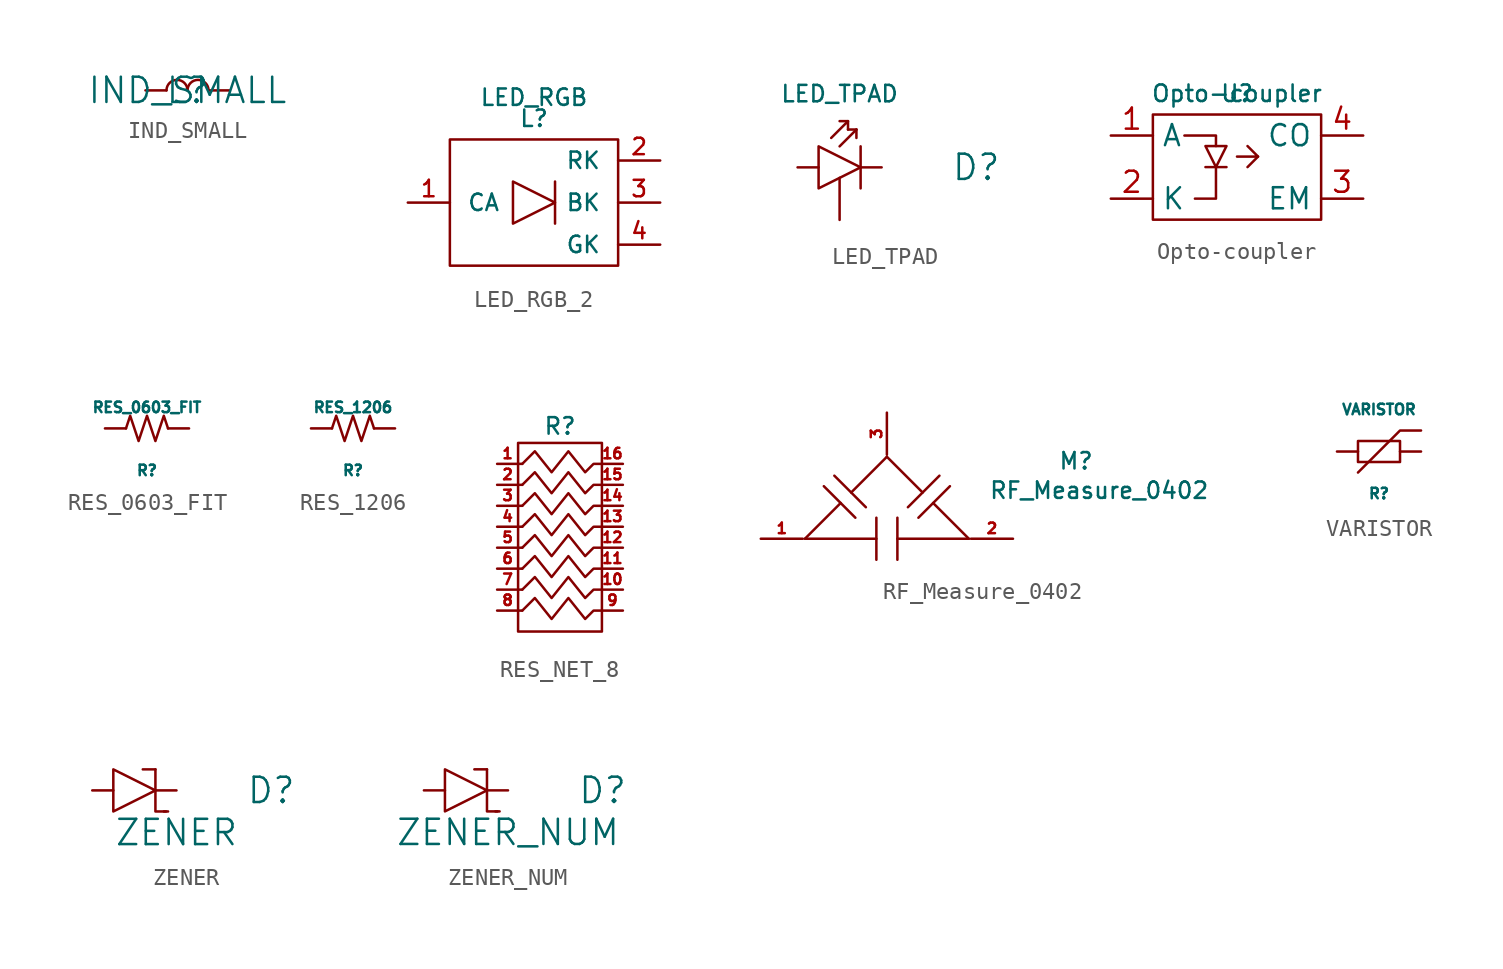
<source format=kicad_sym>
(kicad_symbol_lib
  (version 20241209)
  (generator "kicad_symbol_editor")
  (generator_version "9.0")
  (symbol "IND_SMALL"
    (pin_numbers
      (hide yes))
    (pin_names
      (offset 0)
      (hide yes))
    (property "Reference" "L"
      (at 0 0 0)
      (effects (font (size 1.524 1.524))))
    (property "Value" "IND_SMALL"
      (at 0 0 0)
      (effects (font (size 1.524 1.524))))
    (property "Footprint" ""
      (at 0 0 0)
      (effects (font (size 1.524 1.524))))
    (property "Datasheet" ""
      (at 0 0 0)
      (effects (font (size 1.524 1.524))))
    (symbol "IND_SMALL_0_1"
      (arc (start -1.27 0) (mid -0.635 0.6323) (end 0 0) (stroke (width 0) (type default)) (fill (type none)))
      (arc (start 0 0) (mid 0.635 0.6323) (end 1.27 0) (stroke (width 0) (type default)) (fill (type none))))
    (symbol "IND_SMALL_1_1"
      (pin passive line (at -2.54 0 0) (length 1.27) (name "~" (effects (font (size 0.635 0.635)))) (number "1" (effects (font (size 0.635 0.635)))))
      (pin passive line (at 2.54 0 180) (length 1.27) (name "~" (effects (font (size 0.635 0.635)))) (number "2" (effects (font (size 0.635 0.635)))))))
  (symbol "LED_RGB_2"
    (pin_names
      (offset 1.016))
    (property "Reference" "L"
      (at 0 5.08 0)
      (effects (font (size 0.991 0.991))))
    (property "Value" "LED_RGB"
      (at 0 6.35 0)
      (effects (font (size 0.991 0.991))))
    (symbol "LED_RGB_2_0_1"
      (rectangle (start -5.08 3.81) (end 5.08 -3.81) (stroke (width 0) (type default)) (fill (type none)))
      (polyline (pts (xy -1.27 1.27) (xy -1.27 -1.27) (xy 1.27 0) (xy -1.27 1.27)) (stroke (width 0) (type default)) (fill (type none)))
      (polyline (pts (xy 1.27 1.27) (xy 1.27 -1.27)) (stroke (width 0) (type default)) (fill (type none))))
    (symbol "LED_RGB_2_1_1"
      (pin input line (at -7.62 0 0) (length 2.54) (name "CA" (effects (font (size 0.991 0.991)))) (number "1" (effects (font (size 0.991 0.991)))))
      (pin input line (at 7.62 2.54 180) (length 2.54) (name "RK" (effects (font (size 0.991 0.991)))) (number "2" (effects (font (size 0.991 0.991)))))
      (pin input line (at 7.62 0 180) (length 2.54) (name "BK" (effects (font (size 0.991 0.991)))) (number "3" (effects (font (size 0.991 0.991)))))
      (pin input line (at 7.62 -2.54 180) (length 2.54) (name "GK" (effects (font (size 0.991 0.991)))) (number "4" (effects (font (size 0.991 0.991)))))))
  (symbol "LED_TPAD"
    (pin_numbers
      (hide yes))
    (pin_names
      (offset 0)
      (hide yes))
    (property "Reference" "D"
      (at 8.255 0 0)
      (effects (font (size 1.524 1.524))))
    (property "Value" "LED_TPAD"
      (at 0 4.445 0)
      (effects (font (size 0.991 0.991))))
    (property "Footprint" ""
      (at 0 0 0)
      (effects (font (size 1.524 1.524))))
    (property "Datasheet" ""
      (at 0 0 0)
      (effects (font (size 1.524 1.524))))
    (symbol "LED_TPAD_0_1"
      (polyline (pts (xy -1.27 0) (xy -1.27 1.27) (xy 1.27 0) (xy -1.27 -1.27) (xy -1.27 0)) (stroke (width 0) (type default)) (fill (type none)))
      (polyline (pts (xy -0.508 1.778) (xy 0.508 2.794) (xy 0.508 2.286)) (stroke (width 0) (type default)) (fill (type none)))
      (polyline (pts (xy 0 1.27) (xy 1.016 2.286)) (stroke (width 0) (type default)) (fill (type none)))
      (polyline (pts (xy 0.508 2.794) (xy 0 2.794)) (stroke (width 0) (type default)) (fill (type none)))
      (polyline (pts (xy 1.016 2.286) (xy 0.508 2.286)) (stroke (width 0) (type default)) (fill (type none)))
      (polyline (pts (xy 1.016 2.286) (xy 1.016 1.778)) (stroke (width 0) (type default)) (fill (type none)))
      (polyline (pts (xy 1.27 0) (xy 1.27 1.27)) (stroke (width 0) (type default)) (fill (type none)))
      (polyline (pts (xy 1.27 0) (xy 1.27 -1.27)) (stroke (width 0) (type default)) (fill (type none))))
    (symbol "LED_TPAD_1_1"
      (pin input line (at -2.54 0 0) (length 1.27) (name "A" (effects (font (size 0.635 0.635)))) (number "A" (effects (font (size 0.635 0.635)))))
      (pin passive line (at 0 -3.175 90) (length 2.54) (name "PAD" (effects (font (size 1.27 1.27)))) (number "N" (effects (font (size 1.27 1.27)))))
      (pin input line (at 2.54 0 180) (length 1.27) (name "K" (effects (font (size 0.635 0.635)))) (number "K" (effects (font (size 0.635 0.635)))))))
  (symbol "Opto-coupler"
    (property "Reference" "U"
      (at 0 4.445 0)
      (effects (font (size 1 1))))
    (property "Value" "Opto-coupler"
      (at 0 4.445 0)
      (effects (font (size 1 1))))
    (symbol "Opto-coupler_0_1"
      (rectangle (start -5.08 3.175) (end 5.08 -3.175) (stroke (width 0.152) (type default)) (fill (type none)))
      (polyline (pts (xy -3.175 1.905) (xy -1.27 1.905) (xy -1.27 1.27)) (stroke (width 0.152) (type default)) (fill (type none)))
      (polyline (pts (xy -1.905 1.27) (xy -0.635 1.27) (xy -1.27 0) (xy -1.905 1.27)) (stroke (width 0.152) (type default)) (fill (type none)))
      (polyline (pts (xy -1.905 0) (xy -0.635 0)) (stroke (width 0.152) (type default)) (fill (type none)))
      (polyline (pts (xy -1.27 0) (xy -1.27 -1.905) (xy -2.54 -1.905)) (stroke (width 0.152) (type default)) (fill (type none)))
      (polyline (pts (xy 0 0.635) (xy 1.27 0.635) (xy 0.635 1.27)) (stroke (width 0.152) (type default)) (fill (type none)))
      (polyline (pts (xy 0.635 0) (xy 1.27 0.635)) (stroke (width 0.152) (type default)) (fill (type none))))
    (symbol "Opto-coupler_1_1"
      (pin input line (at -7.62 1.905 0) (length 2.54) (name "A" (effects (font (size 1.27 1.27)))) (number "1" (effects (font (size 1.27 1.27)))))
      (pin input line (at -7.62 -1.905 0) (length 2.54) (name "K" (effects (font (size 1.27 1.27)))) (number "2" (effects (font (size 1.27 1.27)))))
      (pin input line (at 7.62 1.905 180) (length 2.54) (name "CO" (effects (font (size 1.27 1.27)))) (number "4" (effects (font (size 1.27 1.27)))))
      (pin input line (at 7.62 -1.905 180) (length 2.54) (name "EM" (effects (font (size 1.27 1.27)))) (number "3" (effects (font (size 1.27 1.27)))))))
  (symbol "RES_0603_FIT"
    (pin_numbers
      (hide yes))
    (pin_names
      (offset 0)
      (hide yes))
    (property "Reference" "R"
      (at 0 -2.54 0)
      (effects (font (size 0.635 0.635))))
    (property "Value" "RES_0603_FIT"
      (at 0 1.27 0)
      (effects (font (size 0.635 0.635))))
    (property "Datasheet" ""
      (at 0 0 0)
      (effects (font (size 1.524 1.524))))
    (symbol "RES_0603_FIT_0_1"
      (polyline (pts (xy -1.27 0) (xy -1.016 0.762) (xy -0.508 -0.762) (xy 0 0.762) (xy 0.508 -0.762) (xy 1.016 0.762) (xy 1.27 0)) (stroke (width 0) (type default)) (fill (type none))))
    (symbol "RES_0603_FIT_1_1"
      (pin input line (at -2.54 0 0) (length 1.27) (name "1" (effects (font (size 1.27 1.27)))) (number "1" (effects (font (size 1.27 1.27)))))
      (pin input line (at 2.54 0 180) (length 1.27) (name "2" (effects (font (size 1.27 1.27)))) (number "2" (effects (font (size 1.27 1.27)))))))
  (symbol "RES_1206"
    (pin_numbers
      (hide yes))
    (pin_names
      (offset 0)
      (hide yes))
    (property "Reference" "R"
      (at 0 -2.54 0)
      (effects (font (size 0.635 0.635))))
    (property "Value" "RES_1206"
      (at 0 1.27 0)
      (effects (font (size 0.635 0.635))))
    (property "Datasheet" ""
      (at 0 0 0)
      (effects (font (size 1.524 1.524))))
    (symbol "RES_1206_0_1"
      (polyline (pts (xy -1.27 0) (xy -1.016 0.762) (xy -0.508 -0.762) (xy 0 0.762) (xy 0.508 -0.762) (xy 1.016 0.762) (xy 1.27 0)) (stroke (width 0) (type default)) (fill (type none))))
    (symbol "RES_1206_1_1"
      (pin input line (at -2.54 0 0) (length 1.27) (name "1" (effects (font (size 1.27 1.27)))) (number "1" (effects (font (size 1.27 1.27)))))
      (pin input line (at 2.54 0 180) (length 1.27) (name "2" (effects (font (size 1.27 1.27)))) (number "2" (effects (font (size 1.27 1.27)))))))
  (symbol "RES_NET_8"
    (pin_names
      (offset 0)
      (hide yes))
    (property "Reference" "R"
      (at 0 6.096 0)
      (effects (font (size 1 1))))
    (property "Value" ""
      (at 0 0 0)
      (effects (font (size 1.27 1.27))))
    (symbol "RES_NET_8_0_1"
      (rectangle (start -2.54 5.08) (end 2.54 -6.35) (stroke (width 0) (type default)) (fill (type none)))
      (polyline (pts (xy -2.286 3.81) (xy -2.54 3.81)) (stroke (width 0) (type default)) (fill (type none)))
      (polyline (pts (xy -2.286 3.81) (xy -1.524 4.572) (xy -0.508 3.302) (xy 0.508 4.572) (xy 1.524 3.302) (xy 2.032 3.81) (xy 2.54 3.81)) (stroke (width 0) (type default)) (fill (type none)))
      (polyline (pts (xy -2.286 2.54) (xy -2.54 2.54)) (stroke (width 0) (type default)) (fill (type none)))
      (polyline (pts (xy -2.286 2.54) (xy -1.524 3.302) (xy -0.508 2.032) (xy 0.508 3.302) (xy 1.524 2.032) (xy 2.032 2.54) (xy 2.54 2.54)) (stroke (width 0) (type default)) (fill (type none)))
      (polyline (pts (xy -2.286 1.27) (xy -2.54 1.27)) (stroke (width 0) (type default)) (fill (type none)))
      (polyline (pts (xy -2.286 1.27) (xy -1.524 2.032) (xy -0.508 0.762) (xy 0.508 2.032) (xy 1.524 0.762) (xy 2.032 1.27) (xy 2.54 1.27)) (stroke (width 0) (type default)) (fill (type none)))
      (polyline (pts (xy -2.286 0) (xy -2.54 0)) (stroke (width 0) (type default)) (fill (type none)))
      (polyline (pts (xy -2.286 0) (xy -1.524 0.762) (xy -0.508 -0.508) (xy 0.508 0.762) (xy 1.524 -0.508) (xy 2.032 0) (xy 2.54 0)) (stroke (width 0) (type default)) (fill (type none)))
      (polyline (pts (xy -2.286 -1.27) (xy -2.54 -1.27)) (stroke (width 0) (type default)) (fill (type none)))
      (polyline (pts (xy -2.286 -1.27) (xy -1.524 -0.508) (xy -0.508 -1.778) (xy 0.508 -0.508) (xy 1.524 -1.778) (xy 2.032 -1.27) (xy 2.54 -1.27)) (stroke (width 0) (type default)) (fill (type none)))
      (polyline (pts (xy -2.286 -2.54) (xy -2.54 -2.54)) (stroke (width 0) (type default)) (fill (type none)))
      (polyline (pts (xy -2.286 -2.54) (xy -1.524 -1.778) (xy -0.508 -3.048) (xy 0.508 -1.778) (xy 1.524 -3.048) (xy 2.032 -2.54) (xy 2.54 -2.54)) (stroke (width 0) (type default)) (fill (type none)))
      (polyline (pts (xy -2.286 -3.81) (xy -2.54 -3.81)) (stroke (width 0) (type default)) (fill (type none)))
      (polyline (pts (xy -2.286 -3.81) (xy -1.524 -3.048) (xy -0.508 -4.318) (xy 0.508 -3.048) (xy 1.524 -4.318) (xy 2.032 -3.81) (xy 2.54 -3.81)) (stroke (width 0) (type default)) (fill (type none)))
      (polyline (pts (xy -2.286 -5.08) (xy -2.54 -5.08)) (stroke (width 0) (type default)) (fill (type none)))
      (polyline (pts (xy -2.286 -5.08) (xy -1.524 -4.318) (xy -0.508 -5.588) (xy 0.508 -4.318) (xy 1.524 -5.588) (xy 2.032 -5.08) (xy 2.54 -5.08)) (stroke (width 0) (type default)) (fill (type none))))
    (symbol "RES_NET_8_1_1"
      (pin passive line (at -3.81 3.81 0) (length 1.27) (name "1" (effects (font (size 0.635 0.635)))) (number "1" (effects (font (size 0.635 0.635)))))
      (pin passive line (at -3.81 2.54 0) (length 1.27) (name "2" (effects (font (size 0.635 0.635)))) (number "2" (effects (font (size 0.635 0.635)))))
      (pin passive line (at -3.81 1.27 0) (length 1.27) (name "3" (effects (font (size 0.635 0.635)))) (number "3" (effects (font (size 0.635 0.635)))))
      (pin passive line (at -3.81 0 0) (length 1.27) (name "4" (effects (font (size 0.635 0.635)))) (number "4" (effects (font (size 0.635 0.635)))))
      (pin passive line (at -3.81 -1.27 0) (length 1.27) (name "5" (effects (font (size 0.635 0.635)))) (number "5" (effects (font (size 0.635 0.635)))))
      (pin passive line (at -3.81 -2.54 0) (length 1.27) (name "6" (effects (font (size 0.635 0.635)))) (number "6" (effects (font (size 0.635 0.635)))))
      (pin passive line (at -3.81 -3.81 0) (length 1.27) (name "7" (effects (font (size 0.635 0.635)))) (number "7" (effects (font (size 0.635 0.635)))))
      (pin passive line (at -3.81 -5.08 0) (length 1.27) (name "8" (effects (font (size 0.635 0.635)))) (number "8" (effects (font (size 0.635 0.635)))))
      (pin passive line (at 3.81 3.81 180) (length 1.27) (name "16" (effects (font (size 0.635 0.635)))) (number "16" (effects (font (size 0.635 0.635)))))
      (pin passive line (at 3.81 2.54 180) (length 1.27) (name "15" (effects (font (size 0.635 0.635)))) (number "15" (effects (font (size 0.635 0.635)))))
      (pin passive line (at 3.81 1.27 180) (length 1.27) (name "14" (effects (font (size 0.635 0.635)))) (number "14" (effects (font (size 0.635 0.635)))))
      (pin passive line (at 3.81 0 180) (length 1.27) (name "13" (effects (font (size 0.635 0.635)))) (number "13" (effects (font (size 0.635 0.635)))))
      (pin passive line (at 3.81 -1.27 180) (length 1.27) (name "12" (effects (font (size 0.635 0.635)))) (number "12" (effects (font (size 0.635 0.635)))))
      (pin passive line (at 3.81 -2.54 180) (length 1.27) (name "11" (effects (font (size 0.635 0.635)))) (number "11" (effects (font (size 0.635 0.635)))))
      (pin passive line (at 3.81 -3.81 180) (length 1.27) (name "10" (effects (font (size 0.635 0.635)))) (number "10" (effects (font (size 0.635 0.635)))))
      (pin passive line (at 3.81 -5.08 180) (length 1.27) (name "9" (effects (font (size 0.635 0.635)))) (number "9" (effects (font (size 0.635 0.635)))))))
  (symbol "RF_Measure_0402"
    (pin_names
      (offset 1.016)
      (hide yes))
    (property "Reference" "M"
      (at 11.43 4.699 0)
      (effects (font (size 0.991 0.991))))
    (property "Value" "RF_Measure_0402"
      (at 12.827 2.921 0)
      (effects (font (size 0.991 0.991))))
    (symbol "RF_Measure_0402_0_1"
      (polyline (pts (xy -4.953 0) (xy -0.635 0)) (stroke (width 0) (type default)) (fill (type none)))
      (polyline (pts (xy -2.794 2.159) (xy -4.953 0)) (stroke (width 0) (type default)) (fill (type none)))
      (polyline (pts (xy -2.159 2.794) (xy 0 4.953)) (stroke (width 0) (type default)) (fill (type none)))
      (polyline (pts (xy -1.905 1.27) (xy -3.81 3.175)) (stroke (width 0) (type default)) (fill (type none)))
      (polyline (pts (xy -1.27 1.905) (xy -3.175 3.81)) (stroke (width 0) (type default)) (fill (type none)))
      (polyline (pts (xy -0.635 1.27) (xy -0.635 -1.27)) (stroke (width 0) (type default)) (fill (type none)))
      (polyline (pts (xy 0 4.953) (xy 2.159 2.794)) (stroke (width 0) (type default)) (fill (type none)))
      (polyline (pts (xy 0.635 1.27) (xy 0.635 -1.27)) (stroke (width 0) (type default)) (fill (type none)))
      (polyline (pts (xy 0.635 0) (xy 4.953 0)) (stroke (width 0) (type default)) (fill (type none)))
      (polyline (pts (xy 1.27 1.905) (xy 3.175 3.81)) (stroke (width 0) (type default)) (fill (type none)))
      (polyline (pts (xy 1.905 1.27) (xy 3.81 3.175)) (stroke (width 0) (type default)) (fill (type none)))
      (polyline (pts (xy 2.794 2.159) (xy 4.953 0)) (stroke (width 0) (type default)) (fill (type none))))
    (symbol "RF_Measure_0402_1_1"
      (pin passive line (at -7.62 0 0) (length 2.54) (name "1" (effects (font (size 0.635 0.635)))) (number "1" (effects (font (size 0.635 0.635)))))
      (pin passive line (at 0 7.62 270) (length 2.54) (name "3" (effects (font (size 0.635 0.635)))) (number "3" (effects (font (size 0.635 0.635)))))
      (pin passive line (at 7.62 0 180) (length 2.54) (name "2" (effects (font (size 0.635 0.635)))) (number "2" (effects (font (size 0.635 0.635)))))))
  (symbol "VARISTOR"
    (pin_numbers
      (hide yes))
    (pin_names
      (offset 0)
      (hide yes))
    (property "Reference" "R"
      (at 0 -2.54 0)
      (effects (font (size 0.635 0.635))))
    (property "Value" "VARISTOR"
      (at 0 2.54 0)
      (effects (font (size 0.635 0.635))))
    (property "Datasheet" ""
      (at 0 0 0)
      (effects (font (size 1.524 1.524))))
    (symbol "VARISTOR_0_1"
      (rectangle (start -1.27 0.635) (end 1.27 -0.635) (stroke (width 0) (type default)) (fill (type none)))
      (polyline (pts (xy -1.27 -1.27) (xy 1.27 1.27) (xy 2.54 1.27)) (stroke (width 0) (type default)) (fill (type none))))
    (symbol "VARISTOR_1_1"
      (pin input line (at -2.54 0 0) (length 1.27) (name "1" (effects (font (size 1.27 1.27)))) (number "1" (effects (font (size 1.27 1.27)))))
      (pin input line (at 2.54 0 180) (length 1.27) (name "2" (effects (font (size 1.27 1.27)))) (number "2" (effects (font (size 1.27 1.27)))))))
  (symbol "ZENER"
    (pin_numbers
      (hide yes))
    (pin_names
      (offset 0)
      (hide yes))
    (property "Reference" "D"
      (at 8.255 0 0)
      (effects (font (size 1.524 1.524))))
    (property "Value" "ZENER"
      (at 2.54 -2.54 0)
      (effects (font (size 1.524 1.524))))
    (property "Footprint" ""
      (at 0 0 0)
      (effects (font (size 1.524 1.524))))
    (property "Datasheet" ""
      (at 0 0 0)
      (effects (font (size 1.524 1.524))))
    (symbol "ZENER_0_1"
      (polyline (pts (xy -1.27 0) (xy -1.27 1.27) (xy 1.27 0) (xy -1.27 -1.27) (xy -1.27 0)) (stroke (width 0) (type default)) (fill (type none)))
      (polyline (pts (xy 0.508 1.27) (xy 1.27 1.27)) (stroke (width 0) (type default)) (fill (type none)))
      (polyline (pts (xy 1.27 1.27) (xy 1.27 -1.27) (xy 1.905 -1.27)) (stroke (width 0) (type default)) (fill (type none)))
      (polyline (pts (xy 2.032 -1.27) (xy 1.778 -1.27)) (stroke (width 0) (type default)) (fill (type none))))
    (symbol "ZENER_1_1"
      (pin input line (at -2.54 0 0) (length 1.27) (name "A" (effects (font (size 0.635 0.635)))) (number "A" (effects (font (size 0.635 0.635)))))
      (pin input line (at 2.54 0 180) (length 1.27) (name "K" (effects (font (size 0.635 0.635)))) (number "K" (effects (font (size 0.635 0.635)))))))
  (symbol "ZENER_NUM"
    (pin_numbers
      (hide yes))
    (pin_names
      (offset 0)
      (hide yes))
    (property "Reference" "D"
      (at 8.255 0 0)
      (effects (font (size 1.524 1.524))))
    (property "Value" "ZENER_NUM"
      (at 2.54 -2.54 0)
      (effects (font (size 1.524 1.524))))
    (property "Footprint" ""
      (at 0 0 0)
      (effects (font (size 1.524 1.524))))
    (property "Datasheet" ""
      (at 0 0 0)
      (effects (font (size 1.524 1.524))))
    (symbol "ZENER_NUM_0_1"
      (polyline (pts (xy -1.27 0) (xy -1.27 1.27) (xy 1.27 0) (xy -1.27 -1.27) (xy -1.27 0)) (stroke (width 0) (type default)) (fill (type none)))
      (polyline (pts (xy 0.508 1.27) (xy 1.27 1.27)) (stroke (width 0) (type default)) (fill (type none)))
      (polyline (pts (xy 1.27 1.27) (xy 1.27 -1.27) (xy 1.905 -1.27)) (stroke (width 0) (type default)) (fill (type none)))
      (polyline (pts (xy 2.032 -1.27) (xy 1.778 -1.27)) (stroke (width 0) (type default)) (fill (type none))))
    (symbol "ZENER_NUM_1_1"
      (pin input line (at -2.54 0 0) (length 1.27) (name "A" (effects (font (size 0.635 0.635)))) (number "A" (effects (font (size 0.635 0.635)))))
      (pin input line (at 2.54 0 180) (length 1.27) (name "K" (effects (font (size 0.635 0.635)))) (number "K" (effects (font (size 0.635 0.635))))))))
</source>
